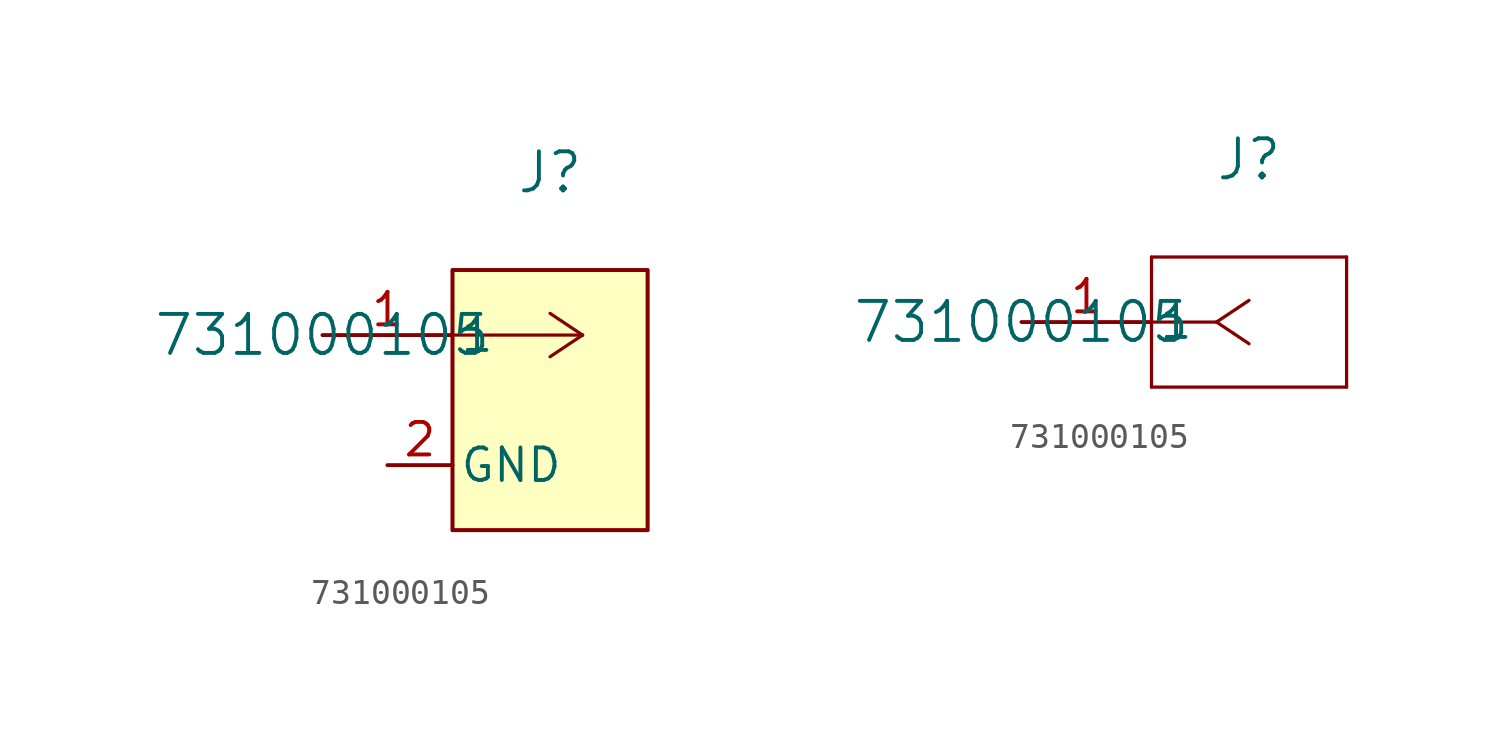
<source format=kicad_sym>
(kicad_symbol_lib
  (version 20241209)
  (generator "kicad_symbol_editor")
  (generator_version "9.0")
  (symbol "731000105"
    (pin_names
      (offset 0.254))
    (property "Reference" "J"
      (at 8.89 6.35 0)
      (effects (font (size 1.524 1.524))))
    (property "Value" "731000105"
      (at 0 0 0)
      (effects (font (size 1.524 1.524))))
    (property "ki_locked" ""
      (at 0 0 0)
      (effects (font (size 1.27 1.27))))
    (symbol "731000105_1_1"
      (polyline (pts (xy 5.08 2.54) (xy 5.08 -2.54)) (stroke (width 0.127) (type default)) (fill (type none)))
      (rectangle (start 5.08 2.54) (end 12.7 -7.62) (stroke (width 0) (type solid)) (fill (type background)))
      (polyline (pts (xy 5.08 -2.54) (xy 5.08 -7.62)) (stroke (width 0.127) (type default)) (fill (type none)))
      (polyline (pts (xy 5.08 -7.62) (xy 12.7 -7.62)) (stroke (width 0.127) (type default)) (fill (type none)))
      (polyline (pts (xy 10.16 0) (xy 5.08 0)) (stroke (width 0.127) (type default)) (fill (type none)))
      (polyline (pts (xy 10.16 0) (xy 8.89 0.847)) (stroke (width 0.127) (type default)) (fill (type none)))
      (polyline (pts (xy 10.16 0) (xy 8.89 -0.847)) (stroke (width 0.127) (type default)) (fill (type none)))
      (polyline (pts (xy 12.7 2.54) (xy 5.08 2.54)) (stroke (width 0.127) (type default)) (fill (type none)))
      (polyline (pts (xy 12.7 -2.54) (xy 12.7 2.54)) (stroke (width 0.127) (type default)) (fill (type none)))
      (polyline (pts (xy 12.7 -2.54) (xy 12.7 -7.62)) (stroke (width 0.127) (type default)) (fill (type none)))
      (pin passive line (at 0 0 0) (length 5.08) (name "1" (effects (font (size 1.27 1.27)))) (number "1" (effects (font (size 1.27 1.27)))))
      (pin passive line (at 2.54 -5.08 0) (length 2.54) (name "GND" (effects (font (size 1.27 1.27)))) (number "2" (effects (font (size 1.27 1.27))))))
    (symbol "731000105_1_2"
      (polyline (pts (xy 5.08 2.54) (xy 5.08 -2.54)) (stroke (width 0.127) (type default)) (fill (type none)))
      (polyline (pts (xy 5.08 -2.54) (xy 12.7 -2.54)) (stroke (width 0.127) (type default)) (fill (type none)))
      (polyline (pts (xy 7.62 0) (xy 5.08 0)) (stroke (width 0.127) (type default)) (fill (type none)))
      (polyline (pts (xy 7.62 0) (xy 8.89 0.847)) (stroke (width 0.127) (type default)) (fill (type none)))
      (polyline (pts (xy 7.62 0) (xy 8.89 -0.847)) (stroke (width 0.127) (type default)) (fill (type none)))
      (polyline (pts (xy 12.7 2.54) (xy 5.08 2.54)) (stroke (width 0.127) (type default)) (fill (type none)))
      (polyline (pts (xy 12.7 -2.54) (xy 12.7 2.54)) (stroke (width 0.127) (type default)) (fill (type none)))
      (pin unspecified line (at 0 0 0) (length 5.08) (name "1" (effects (font (size 1.27 1.27)))) (number "1" (effects (font (size 1.27 1.27))))))))
</source>
